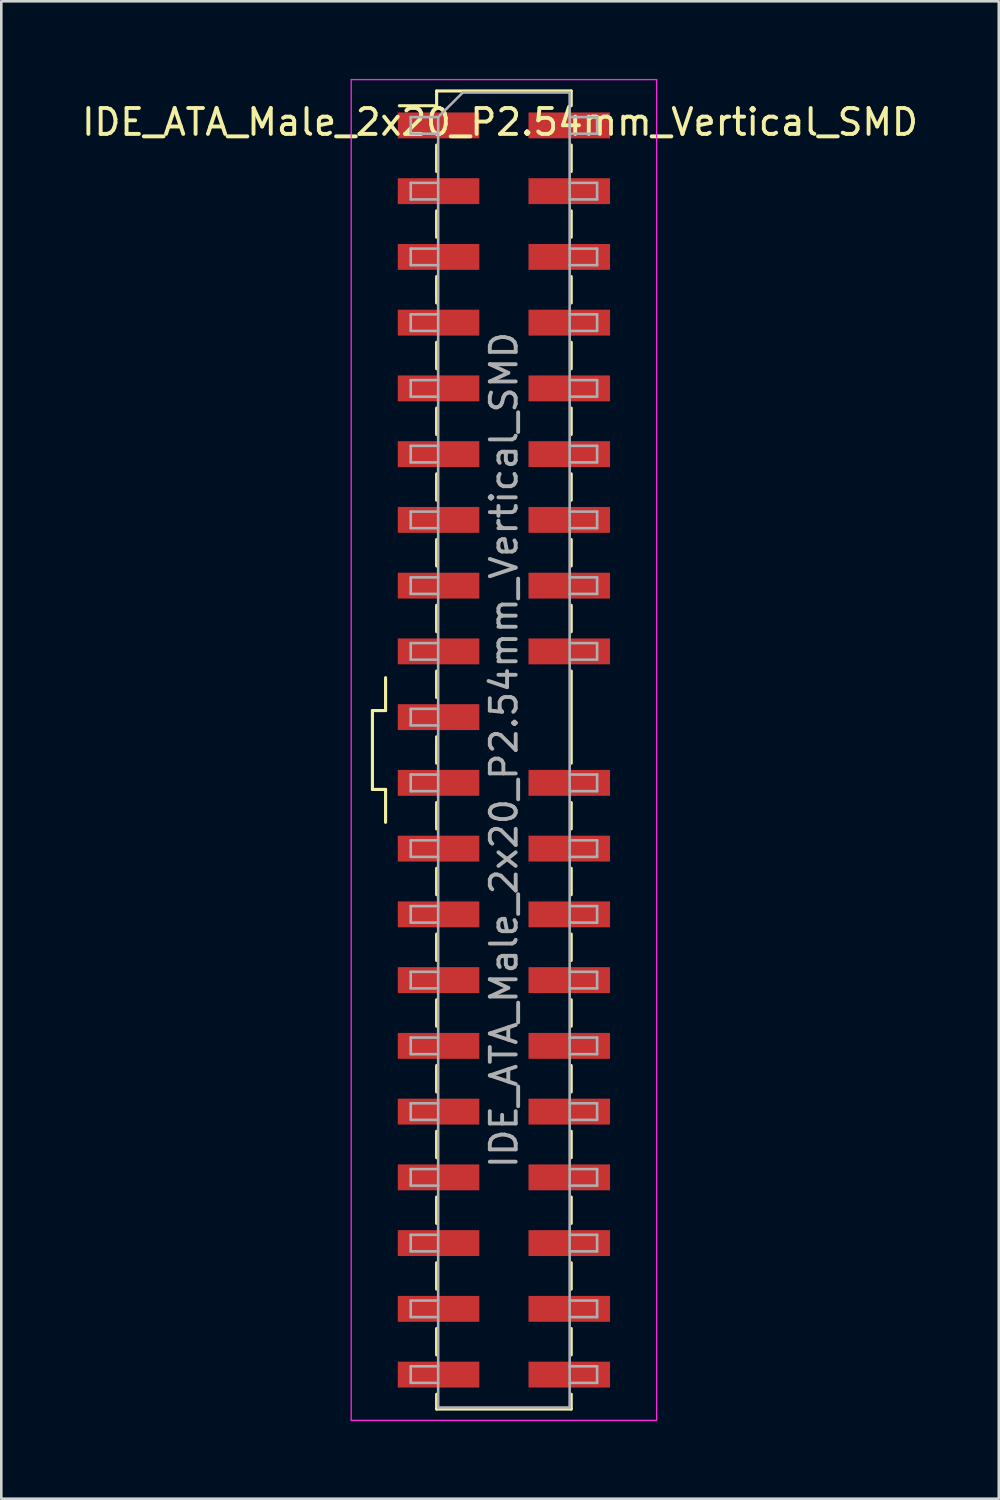
<source format=kicad_pcb>
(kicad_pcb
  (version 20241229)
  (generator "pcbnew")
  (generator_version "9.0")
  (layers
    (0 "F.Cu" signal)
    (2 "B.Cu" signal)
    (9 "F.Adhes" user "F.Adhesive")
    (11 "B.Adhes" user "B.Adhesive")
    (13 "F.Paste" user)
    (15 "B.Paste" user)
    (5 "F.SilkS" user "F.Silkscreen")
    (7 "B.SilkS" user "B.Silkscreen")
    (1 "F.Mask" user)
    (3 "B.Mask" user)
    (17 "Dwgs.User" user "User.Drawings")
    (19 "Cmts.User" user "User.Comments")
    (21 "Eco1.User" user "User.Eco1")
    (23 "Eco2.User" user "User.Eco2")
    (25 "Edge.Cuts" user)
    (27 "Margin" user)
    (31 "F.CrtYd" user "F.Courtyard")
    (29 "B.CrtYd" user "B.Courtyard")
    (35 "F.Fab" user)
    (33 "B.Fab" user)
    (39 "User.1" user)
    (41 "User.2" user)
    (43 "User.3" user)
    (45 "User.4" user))
  (footprint "IDE_ATA_Male_2x20_P2.54mm_Vertical_SMD"
    (layer "F.Cu")
    (at 16.418 25.925)
    (property "Reference" "IDE_ATA_Male_2x20_P2.54mm_Vertical_SMD" (at -0.15 -24.257 0) (layer "F.SilkS") (effects (font (size 1 1) (thickness 0.15))))
    (attr smd)
    (fp_line (start -5.08 -1.524) (end -5.08 1.524) (stroke (width 0.12) (type solid)) (layer "F.SilkS"))
    (fp_line (start -5.08 -1.524) (end -4.572 -1.524) (stroke (width 0.12) (type solid)) (layer "F.SilkS"))
    (fp_line (start -5.08 1.524) (end -4.572 1.524) (stroke (width 0.12) (type solid)) (layer "F.SilkS"))
    (fp_line (start -4.572 -2.794) (end -4.572 -1.524) (stroke (width 0.12) (type solid)) (layer "F.SilkS"))
    (fp_line (start -4.572 1.524) (end -4.572 2.794) (stroke (width 0.12) (type solid)) (layer "F.SilkS"))
    (fp_line (start -4.04 -24.89) (end -2.6 -24.89) (stroke (width 0.12) (type solid)) (layer "F.SilkS"))
    (fp_line (start -2.6 -25.46) (end -2.6 -24.89) (stroke (width 0.12) (type solid)) (layer "F.SilkS"))
    (fp_line (start -2.6 -25.46) (end 2.6 -25.46) (stroke (width 0.12) (type solid)) (layer "F.SilkS"))
    (fp_line (start -2.6 -23.37) (end -2.6 -22.35) (stroke (width 0.12) (type solid)) (layer "F.SilkS"))
    (fp_line (start -2.6 -20.83) (end -2.6 -19.81) (stroke (width 0.12) (type solid)) (layer "F.SilkS"))
    (fp_line (start -2.6 -18.29) (end -2.6 -17.27) (stroke (width 0.12) (type solid)) (layer "F.SilkS"))
    (fp_line (start -2.6 -15.75) (end -2.6 -14.73) (stroke (width 0.12) (type solid)) (layer "F.SilkS"))
    (fp_line (start -2.6 -13.21) (end -2.6 -12.19) (stroke (width 0.12) (type solid)) (layer "F.SilkS"))
    (fp_line (start -2.6 -10.67) (end -2.6 -9.65) (stroke (width 0.12) (type solid)) (layer "F.SilkS"))
    (fp_line (start -2.6 -8.13) (end -2.6 -7.11) (stroke (width 0.12) (type solid)) (layer "F.SilkS"))
    (fp_line (start -2.6 -5.59) (end -2.6 -4.57) (stroke (width 0.12) (type solid)) (layer "F.SilkS"))
    (fp_line (start -2.6 -3.05) (end -2.6 -2.03) (stroke (width 0.12) (type solid)) (layer "F.SilkS"))
    (fp_line (start -2.6 -0.51) (end -2.6 0.51) (stroke (width 0.12) (type solid)) (layer "F.SilkS"))
    (fp_line (start -2.6 2.03) (end -2.6 3.05) (stroke (width 0.12) (type solid)) (layer "F.SilkS"))
    (fp_line (start -2.6 4.57) (end -2.6 5.59) (stroke (width 0.12) (type solid)) (layer "F.SilkS"))
    (fp_line (start -2.6 7.11) (end -2.6 8.13) (stroke (width 0.12) (type solid)) (layer "F.SilkS"))
    (fp_line (start -2.6 9.65) (end -2.6 10.67) (stroke (width 0.12) (type solid)) (layer "F.SilkS"))
    (fp_line (start -2.6 12.19) (end -2.6 13.21) (stroke (width 0.12) (type solid)) (layer "F.SilkS"))
    (fp_line (start -2.6 14.73) (end -2.6 15.75) (stroke (width 0.12) (type solid)) (layer "F.SilkS"))
    (fp_line (start -2.6 17.27) (end -2.6 18.29) (stroke (width 0.12) (type solid)) (layer "F.SilkS"))
    (fp_line (start -2.6 19.81) (end -2.6 20.83) (stroke (width 0.12) (type solid)) (layer "F.SilkS"))
    (fp_line (start -2.6 22.35) (end -2.6 23.37) (stroke (width 0.12) (type solid)) (layer "F.SilkS"))
    (fp_line (start -2.6 24.89) (end -2.6 25.46) (stroke (width 0.12) (type solid)) (layer "F.SilkS"))
    (fp_line (start -2.6 25.46) (end 2.6 25.46) (stroke (width 0.12) (type solid)) (layer "F.SilkS"))
    (fp_line (start 2.6 -25.46) (end 2.6 -24.89) (stroke (width 0.12) (type solid)) (layer "F.SilkS"))
    (fp_line (start 2.6 -23.37) (end 2.6 -22.35) (stroke (width 0.12) (type solid)) (layer "F.SilkS"))
    (fp_line (start 2.6 -20.83) (end 2.6 -19.81) (stroke (width 0.12) (type solid)) (layer "F.SilkS"))
    (fp_line (start 2.6 -18.29) (end 2.6 -17.27) (stroke (width 0.12) (type solid)) (layer "F.SilkS"))
    (fp_line (start 2.6 -15.75) (end 2.6 -14.73) (stroke (width 0.12) (type solid)) (layer "F.SilkS"))
    (fp_line (start 2.6 -13.21) (end 2.6 -12.19) (stroke (width 0.12) (type solid)) (layer "F.SilkS"))
    (fp_line (start 2.6 -10.67) (end 2.6 -9.65) (stroke (width 0.12) (type solid)) (layer "F.SilkS"))
    (fp_line (start 2.6 -8.13) (end 2.6 -7.11) (stroke (width 0.12) (type solid)) (layer "F.SilkS"))
    (fp_line (start 2.6 -5.59) (end 2.6 -4.57) (stroke (width 0.12) (type solid)) (layer "F.SilkS"))
    (fp_line (start 2.6 -3.05) (end 2.6 0.51) (stroke (width 0.12) (type solid)) (layer "F.SilkS"))
    (fp_line (start 2.6 2.03) (end 2.6 3.05) (stroke (width 0.12) (type solid)) (layer "F.SilkS"))
    (fp_line (start 2.6 4.57) (end 2.6 5.59) (stroke (width 0.12) (type solid)) (layer "F.SilkS"))
    (fp_line (start 2.6 7.11) (end 2.6 8.13) (stroke (width 0.12) (type solid)) (layer "F.SilkS"))
    (fp_line (start 2.6 9.65) (end 2.6 10.67) (stroke (width 0.12) (type solid)) (layer "F.SilkS"))
    (fp_line (start 2.6 12.19) (end 2.6 13.21) (stroke (width 0.12) (type solid)) (layer "F.SilkS"))
    (fp_line (start 2.6 14.73) (end 2.6 15.75) (stroke (width 0.12) (type solid)) (layer "F.SilkS"))
    (fp_line (start 2.6 17.27) (end 2.6 18.29) (stroke (width 0.12) (type solid)) (layer "F.SilkS"))
    (fp_line (start 2.6 19.81) (end 2.6 20.83) (stroke (width 0.12) (type solid)) (layer "F.SilkS"))
    (fp_line (start 2.6 22.35) (end 2.6 23.37) (stroke (width 0.12) (type solid)) (layer "F.SilkS"))
    (fp_line (start 2.6 24.89) (end 2.6 25.46) (stroke (width 0.12) (type solid)) (layer "F.SilkS"))
    (fp_line (start -5.9 -25.9) (end -5.9 25.9) (stroke (width 0.05) (type solid)) (layer "F.CrtYd"))
    (fp_line (start -5.9 25.9) (end 5.9 25.9) (stroke (width 0.05) (type solid)) (layer "F.CrtYd"))
    (fp_line (start 5.9 -25.9) (end -5.9 -25.9) (stroke (width 0.05) (type solid)) (layer "F.CrtYd"))
    (fp_line (start 5.9 25.9) (end 5.9 -25.9) (stroke (width 0.05) (type solid)) (layer "F.CrtYd"))
    (fp_line (start -3.6 -24.45) (end -3.6 -23.81) (stroke (width 0.1) (type solid)) (layer "F.Fab"))
    (fp_line (start -3.6 -23.81) (end -2.54 -23.81) (stroke (width 0.1) (type solid)) (layer "F.Fab"))
    (fp_line (start -3.6 -21.91) (end -3.6 -21.27) (stroke (width 0.1) (type solid)) (layer "F.Fab"))
    (fp_line (start -3.6 -21.27) (end -2.54 -21.27) (stroke (width 0.1) (type solid)) (layer "F.Fab"))
    (fp_line (start -3.6 -19.37) (end -3.6 -18.73) (stroke (width 0.1) (type solid)) (layer "F.Fab"))
    (fp_line (start -3.6 -18.73) (end -2.54 -18.73) (stroke (width 0.1) (type solid)) (layer "F.Fab"))
    (fp_line (start -3.6 -16.83) (end -3.6 -16.19) (stroke (width 0.1) (type solid)) (layer "F.Fab"))
    (fp_line (start -3.6 -16.19) (end -2.54 -16.19) (stroke (width 0.1) (type solid)) (layer "F.Fab"))
    (fp_line (start -3.6 -14.29) (end -3.6 -13.65) (stroke (width 0.1) (type solid)) (layer "F.Fab"))
    (fp_line (start -3.6 -13.65) (end -2.54 -13.65) (stroke (width 0.1) (type solid)) (layer "F.Fab"))
    (fp_line (start -3.6 -11.75) (end -3.6 -11.11) (stroke (width 0.1) (type solid)) (layer "F.Fab"))
    (fp_line (start -3.6 -11.11) (end -2.54 -11.11) (stroke (width 0.1) (type solid)) (layer "F.Fab"))
    (fp_line (start -3.6 -9.21) (end -3.6 -8.57) (stroke (width 0.1) (type solid)) (layer "F.Fab"))
    (fp_line (start -3.6 -8.57) (end -2.54 -8.57) (stroke (width 0.1) (type solid)) (layer "F.Fab"))
    (fp_line (start -3.6 -6.67) (end -3.6 -6.03) (stroke (width 0.1) (type solid)) (layer "F.Fab"))
    (fp_line (start -3.6 -6.03) (end -2.54 -6.03) (stroke (width 0.1) (type solid)) (layer "F.Fab"))
    (fp_line (start -3.6 -4.13) (end -3.6 -3.49) (stroke (width 0.1) (type solid)) (layer "F.Fab"))
    (fp_line (start -3.6 -3.49) (end -2.54 -3.49) (stroke (width 0.1) (type solid)) (layer "F.Fab"))
    (fp_line (start -3.6 -1.59) (end -3.6 -0.95) (stroke (width 0.1) (type solid)) (layer "F.Fab"))
    (fp_line (start -3.6 -0.95) (end -2.54 -0.95) (stroke (width 0.1) (type solid)) (layer "F.Fab"))
    (fp_line (start -3.6 0.95) (end -3.6 1.59) (stroke (width 0.1) (type solid)) (layer "F.Fab"))
    (fp_line (start -3.6 1.59) (end -2.54 1.59) (stroke (width 0.1) (type solid)) (layer "F.Fab"))
    (fp_line (start -3.6 3.49) (end -3.6 4.13) (stroke (width 0.1) (type solid)) (layer "F.Fab"))
    (fp_line (start -3.6 4.13) (end -2.54 4.13) (stroke (width 0.1) (type solid)) (layer "F.Fab"))
    (fp_line (start -3.6 6.03) (end -3.6 6.67) (stroke (width 0.1) (type solid)) (layer "F.Fab"))
    (fp_line (start -3.6 6.67) (end -2.54 6.67) (stroke (width 0.1) (type solid)) (layer "F.Fab"))
    (fp_line (start -3.6 8.57) (end -3.6 9.21) (stroke (width 0.1) (type solid)) (layer "F.Fab"))
    (fp_line (start -3.6 9.21) (end -2.54 9.21) (stroke (width 0.1) (type solid)) (layer "F.Fab"))
    (fp_line (start -3.6 11.11) (end -3.6 11.75) (stroke (width 0.1) (type solid)) (layer "F.Fab"))
    (fp_line (start -3.6 11.75) (end -2.54 11.75) (stroke (width 0.1) (type solid)) (layer "F.Fab"))
    (fp_line (start -3.6 13.65) (end -3.6 14.29) (stroke (width 0.1) (type solid)) (layer "F.Fab"))
    (fp_line (start -3.6 14.29) (end -2.54 14.29) (stroke (width 0.1) (type solid)) (layer "F.Fab"))
    (fp_line (start -3.6 16.19) (end -3.6 16.83) (stroke (width 0.1) (type solid)) (layer "F.Fab"))
    (fp_line (start -3.6 16.83) (end -2.54 16.83) (stroke (width 0.1) (type solid)) (layer "F.Fab"))
    (fp_line (start -3.6 18.73) (end -3.6 19.37) (stroke (width 0.1) (type solid)) (layer "F.Fab"))
    (fp_line (start -3.6 19.37) (end -2.54 19.37) (stroke (width 0.1) (type solid)) (layer "F.Fab"))
    (fp_line (start -3.6 21.27) (end -3.6 21.91) (stroke (width 0.1) (type solid)) (layer "F.Fab"))
    (fp_line (start -3.6 21.91) (end -2.54 21.91) (stroke (width 0.1) (type solid)) (layer "F.Fab"))
    (fp_line (start -3.6 23.81) (end -3.6 24.45) (stroke (width 0.1) (type solid)) (layer "F.Fab"))
    (fp_line (start -3.6 24.45) (end -2.54 24.45) (stroke (width 0.1) (type solid)) (layer "F.Fab"))
    (fp_line (start -2.54 -24.45) (end -3.6 -24.45) (stroke (width 0.1) (type solid)) (layer "F.Fab"))
    (fp_line (start -2.54 -24.45) (end -1.59 -25.4) (stroke (width 0.1) (type solid)) (layer "F.Fab"))
    (fp_line (start -2.54 -21.91) (end -3.6 -21.91) (stroke (width 0.1) (type solid)) (layer "F.Fab"))
    (fp_line (start -2.54 -19.37) (end -3.6 -19.37) (stroke (width 0.1) (type solid)) (layer "F.Fab"))
    (fp_line (start -2.54 -16.83) (end -3.6 -16.83) (stroke (width 0.1) (type solid)) (layer "F.Fab"))
    (fp_line (start -2.54 -14.29) (end -3.6 -14.29) (stroke (width 0.1) (type solid)) (layer "F.Fab"))
    (fp_line (start -2.54 -11.75) (end -3.6 -11.75) (stroke (width 0.1) (type solid)) (layer "F.Fab"))
    (fp_line (start -2.54 -9.21) (end -3.6 -9.21) (stroke (width 0.1) (type solid)) (layer "F.Fab"))
    (fp_line (start -2.54 -6.67) (end -3.6 -6.67) (stroke (width 0.1) (type solid)) (layer "F.Fab"))
    (fp_line (start -2.54 -4.13) (end -3.6 -4.13) (stroke (width 0.1) (type solid)) (layer "F.Fab"))
    (fp_line (start -2.54 -1.59) (end -3.6 -1.59) (stroke (width 0.1) (type solid)) (layer "F.Fab"))
    (fp_line (start -2.54 0.95) (end -3.6 0.95) (stroke (width 0.1) (type solid)) (layer "F.Fab"))
    (fp_line (start -2.54 3.49) (end -3.6 3.49) (stroke (width 0.1) (type solid)) (layer "F.Fab"))
    (fp_line (start -2.54 6.03) (end -3.6 6.03) (stroke (width 0.1) (type solid)) (layer "F.Fab"))
    (fp_line (start -2.54 8.57) (end -3.6 8.57) (stroke (width 0.1) (type solid)) (layer "F.Fab"))
    (fp_line (start -2.54 11.11) (end -3.6 11.11) (stroke (width 0.1) (type solid)) (layer "F.Fab"))
    (fp_line (start -2.54 13.65) (end -3.6 13.65) (stroke (width 0.1) (type solid)) (layer "F.Fab"))
    (fp_line (start -2.54 16.19) (end -3.6 16.19) (stroke (width 0.1) (type solid)) (layer "F.Fab"))
    (fp_line (start -2.54 18.73) (end -3.6 18.73) (stroke (width 0.1) (type solid)) (layer "F.Fab"))
    (fp_line (start -2.54 21.27) (end -3.6 21.27) (stroke (width 0.1) (type solid)) (layer "F.Fab"))
    (fp_line (start -2.54 23.81) (end -3.6 23.81) (stroke (width 0.1) (type solid)) (layer "F.Fab"))
    (fp_line (start -2.54 25.4) (end -2.54 -24.45) (stroke (width 0.1) (type solid)) (layer "F.Fab"))
    (fp_line (start -1.59 -25.4) (end 2.54 -25.4) (stroke (width 0.1) (type solid)) (layer "F.Fab"))
    (fp_line (start 2.54 -25.4) (end 2.54 25.4) (stroke (width 0.1) (type solid)) (layer "F.Fab"))
    (fp_line (start 2.54 -24.45) (end 3.6 -24.45) (stroke (width 0.1) (type solid)) (layer "F.Fab"))
    (fp_line (start 2.54 -21.91) (end 3.6 -21.91) (stroke (width 0.1) (type solid)) (layer "F.Fab"))
    (fp_line (start 2.54 -19.37) (end 3.6 -19.37) (stroke (width 0.1) (type solid)) (layer "F.Fab"))
    (fp_line (start 2.54 -16.83) (end 3.6 -16.83) (stroke (width 0.1) (type solid)) (layer "F.Fab"))
    (fp_line (start 2.54 -14.29) (end 3.6 -14.29) (stroke (width 0.1) (type solid)) (layer "F.Fab"))
    (fp_line (start 2.54 -11.75) (end 3.6 -11.75) (stroke (width 0.1) (type solid)) (layer "F.Fab"))
    (fp_line (start 2.54 -9.21) (end 3.6 -9.21) (stroke (width 0.1) (type solid)) (layer "F.Fab"))
    (fp_line (start 2.54 -6.67) (end 3.6 -6.67) (stroke (width 0.1) (type solid)) (layer "F.Fab"))
    (fp_line (start 2.54 -4.13) (end 3.6 -4.13) (stroke (width 0.1) (type solid)) (layer "F.Fab"))
    (fp_line (start 2.54 0.95) (end 3.6 0.95) (stroke (width 0.1) (type solid)) (layer "F.Fab"))
    (fp_line (start 2.54 3.49) (end 3.6 3.49) (stroke (width 0.1) (type solid)) (layer "F.Fab"))
    (fp_line (start 2.54 6.03) (end 3.6 6.03) (stroke (width 0.1) (type solid)) (layer "F.Fab"))
    (fp_line (start 2.54 8.57) (end 3.6 8.57) (stroke (width 0.1) (type solid)) (layer "F.Fab"))
    (fp_line (start 2.54 11.11) (end 3.6 11.11) (stroke (width 0.1) (type solid)) (layer "F.Fab"))
    (fp_line (start 2.54 13.65) (end 3.6 13.65) (stroke (width 0.1) (type solid)) (layer "F.Fab"))
    (fp_line (start 2.54 16.19) (end 3.6 16.19) (stroke (width 0.1) (type solid)) (layer "F.Fab"))
    (fp_line (start 2.54 18.73) (end 3.6 18.73) (stroke (width 0.1) (type solid)) (layer "F.Fab"))
    (fp_line (start 2.54 21.27) (end 3.6 21.27) (stroke (width 0.1) (type solid)) (layer "F.Fab"))
    (fp_line (start 2.54 23.81) (end 3.6 23.81) (stroke (width 0.1) (type solid)) (layer "F.Fab"))
    (fp_line (start 2.54 25.4) (end -2.54 25.4) (stroke (width 0.1) (type solid)) (layer "F.Fab"))
    (fp_line (start 3.6 -24.45) (end 3.6 -23.81) (stroke (width 0.1) (type solid)) (layer "F.Fab"))
    (fp_line (start 3.6 -23.81) (end 2.54 -23.81) (stroke (width 0.1) (type solid)) (layer "F.Fab"))
    (fp_line (start 3.6 -21.91) (end 3.6 -21.27) (stroke (width 0.1) (type solid)) (layer "F.Fab"))
    (fp_line (start 3.6 -21.27) (end 2.54 -21.27) (stroke (width 0.1) (type solid)) (layer "F.Fab"))
    (fp_line (start 3.6 -19.37) (end 3.6 -18.73) (stroke (width 0.1) (type solid)) (layer "F.Fab"))
    (fp_line (start 3.6 -18.73) (end 2.54 -18.73) (stroke (width 0.1) (type solid)) (layer "F.Fab"))
    (fp_line (start 3.6 -16.83) (end 3.6 -16.19) (stroke (width 0.1) (type solid)) (layer "F.Fab"))
    (fp_line (start 3.6 -16.19) (end 2.54 -16.19) (stroke (width 0.1) (type solid)) (layer "F.Fab"))
    (fp_line (start 3.6 -14.29) (end 3.6 -13.65) (stroke (width 0.1) (type solid)) (layer "F.Fab"))
    (fp_line (start 3.6 -13.65) (end 2.54 -13.65) (stroke (width 0.1) (type solid)) (layer "F.Fab"))
    (fp_line (start 3.6 -11.75) (end 3.6 -11.11) (stroke (width 0.1) (type solid)) (layer "F.Fab"))
    (fp_line (start 3.6 -11.11) (end 2.54 -11.11) (stroke (width 0.1) (type solid)) (layer "F.Fab"))
    (fp_line (start 3.6 -9.21) (end 3.6 -8.57) (stroke (width 0.1) (type solid)) (layer "F.Fab"))
    (fp_line (start 3.6 -8.57) (end 2.54 -8.57) (stroke (width 0.1) (type solid)) (layer "F.Fab"))
    (fp_line (start 3.6 -6.67) (end 3.6 -6.03) (stroke (width 0.1) (type solid)) (layer "F.Fab"))
    (fp_line (start 3.6 -6.03) (end 2.54 -6.03) (stroke (width 0.1) (type solid)) (layer "F.Fab"))
    (fp_line (start 3.6 -4.13) (end 3.6 -3.49) (stroke (width 0.1) (type solid)) (layer "F.Fab"))
    (fp_line (start 3.6 -3.49) (end 2.54 -3.49) (stroke (width 0.1) (type solid)) (layer "F.Fab"))
    (fp_line (start 3.6 0.95) (end 3.6 1.59) (stroke (width 0.1) (type solid)) (layer "F.Fab"))
    (fp_line (start 3.6 1.59) (end 2.54 1.59) (stroke (width 0.1) (type solid)) (layer "F.Fab"))
    (fp_line (start 3.6 3.49) (end 3.6 4.13) (stroke (width 0.1) (type solid)) (layer "F.Fab"))
    (fp_line (start 3.6 4.13) (end 2.54 4.13) (stroke (width 0.1) (type solid)) (layer "F.Fab"))
    (fp_line (start 3.6 6.03) (end 3.6 6.67) (stroke (width 0.1) (type solid)) (layer "F.Fab"))
    (fp_line (start 3.6 6.67) (end 2.54 6.67) (stroke (width 0.1) (type solid)) (layer "F.Fab"))
    (fp_line (start 3.6 8.57) (end 3.6 9.21) (stroke (width 0.1) (type solid)) (layer "F.Fab"))
    (fp_line (start 3.6 9.21) (end 2.54 9.21) (stroke (width 0.1) (type solid)) (layer "F.Fab"))
    (fp_line (start 3.6 11.11) (end 3.6 11.75) (stroke (width 0.1) (type solid)) (layer "F.Fab"))
    (fp_line (start 3.6 11.75) (end 2.54 11.75) (stroke (width 0.1) (type solid)) (layer "F.Fab"))
    (fp_line (start 3.6 13.65) (end 3.6 14.29) (stroke (width 0.1) (type solid)) (layer "F.Fab"))
    (fp_line (start 3.6 14.29) (end 2.54 14.29) (stroke (width 0.1) (type solid)) (layer "F.Fab"))
    (fp_line (start 3.6 16.19) (end 3.6 16.83) (stroke (width 0.1) (type solid)) (layer "F.Fab"))
    (fp_line (start 3.6 16.83) (end 2.54 16.83) (stroke (width 0.1) (type solid)) (layer "F.Fab"))
    (fp_line (start 3.6 18.73) (end 3.6 19.37) (stroke (width 0.1) (type solid)) (layer "F.Fab"))
    (fp_line (start 3.6 19.37) (end 2.54 19.37) (stroke (width 0.1) (type solid)) (layer "F.Fab"))
    (fp_line (start 3.6 21.27) (end 3.6 21.91) (stroke (width 0.1) (type solid)) (layer "F.Fab"))
    (fp_line (start 3.6 21.91) (end 2.54 21.91) (stroke (width 0.1) (type solid)) (layer "F.Fab"))
    (fp_line (start 3.6 23.81) (end 3.6 24.45) (stroke (width 0.1) (type solid)) (layer "F.Fab"))
    (fp_line (start 3.6 24.45) (end 2.54 24.45) (stroke (width 0.1) (type solid)) (layer "F.Fab"))
    (fp_text user "${REFERENCE}" (at 0 0 90) (layer "F.Fab") (effects (font (size 1 1) (thickness 0.15))))
    (pad "1" smd rect (at -2.525 -24.13) (size 3.15 1) (layers "F.Cu" "F.Mask" "F.Paste"))
    (pad "2" smd rect (at 2.525 -24.13) (size 3.15 1) (layers "F.Cu" "F.Mask" "F.Paste"))
    (pad "3" smd rect (at -2.525 -21.59) (size 3.15 1) (layers "F.Cu" "F.Mask" "F.Paste"))
    (pad "4" smd rect (at 2.525 -21.59) (size 3.15 1) (layers "F.Cu" "F.Mask" "F.Paste"))
    (pad "5" smd rect (at -2.525 -19.05) (size 3.15 1) (layers "F.Cu" "F.Mask" "F.Paste"))
    (pad "6" smd rect (at 2.525 -19.05) (size 3.15 1) (layers "F.Cu" "F.Mask" "F.Paste"))
    (pad "7" smd rect (at -2.525 -16.51) (size 3.15 1) (layers "F.Cu" "F.Mask" "F.Paste"))
    (pad "8" smd rect (at 2.525 -16.51) (size 3.15 1) (layers "F.Cu" "F.Mask" "F.Paste"))
    (pad "9" smd rect (at -2.525 -13.97) (size 3.15 1) (layers "F.Cu" "F.Mask" "F.Paste"))
    (pad "10" smd rect (at 2.525 -13.97) (size 3.15 1) (layers "F.Cu" "F.Mask" "F.Paste"))
    (pad "11" smd rect (at -2.525 -11.43) (size 3.15 1) (layers "F.Cu" "F.Mask" "F.Paste"))
    (pad "12" smd rect (at 2.525 -11.43) (size 3.15 1) (layers "F.Cu" "F.Mask" "F.Paste"))
    (pad "13" smd rect (at -2.525 -8.89) (size 3.15 1) (layers "F.Cu" "F.Mask" "F.Paste"))
    (pad "14" smd rect (at 2.525 -8.89) (size 3.15 1) (layers "F.Cu" "F.Mask" "F.Paste"))
    (pad "15" smd rect (at -2.525 -6.35) (size 3.15 1) (layers "F.Cu" "F.Mask" "F.Paste"))
    (pad "16" smd rect (at 2.525 -6.35) (size 3.15 1) (layers "F.Cu" "F.Mask" "F.Paste"))
    (pad "17" smd rect (at -2.525 -3.81) (size 3.15 1) (layers "F.Cu" "F.Mask" "F.Paste"))
    (pad "18" smd rect (at 2.525 -3.81) (size 3.15 1) (layers "F.Cu" "F.Mask" "F.Paste"))
    (pad "19" smd rect (at -2.525 -1.27) (size 3.15 1) (layers "F.Cu" "F.Mask" "F.Paste"))
    (pad "21" smd rect (at -2.525 1.27) (size 3.15 1) (layers "F.Cu" "F.Mask" "F.Paste"))
    (pad "22" smd rect (at 2.525 1.27) (size 3.15 1) (layers "F.Cu" "F.Mask" "F.Paste"))
    (pad "23" smd rect (at -2.525 3.81) (size 3.15 1) (layers "F.Cu" "F.Mask" "F.Paste"))
    (pad "24" smd rect (at 2.525 3.81) (size 3.15 1) (layers "F.Cu" "F.Mask" "F.Paste"))
    (pad "25" smd rect (at -2.525 6.35) (size 3.15 1) (layers "F.Cu" "F.Mask" "F.Paste"))
    (pad "26" smd rect (at 2.525 6.35) (size 3.15 1) (layers "F.Cu" "F.Mask" "F.Paste"))
    (pad "27" smd rect (at -2.525 8.89) (size 3.15 1) (layers "F.Cu" "F.Mask" "F.Paste"))
    (pad "28" smd rect (at 2.525 8.89) (size 3.15 1) (layers "F.Cu" "F.Mask" "F.Paste"))
    (pad "29" smd rect (at -2.525 11.43) (size 3.15 1) (layers "F.Cu" "F.Mask" "F.Paste"))
    (pad "30" smd rect (at 2.525 11.43) (size 3.15 1) (layers "F.Cu" "F.Mask" "F.Paste"))
    (pad "31" smd rect (at -2.525 13.97) (size 3.15 1) (layers "F.Cu" "F.Mask" "F.Paste"))
    (pad "32" smd rect (at 2.525 13.97) (size 3.15 1) (layers "F.Cu" "F.Mask" "F.Paste"))
    (pad "33" smd rect (at -2.525 16.51) (size 3.15 1) (layers "F.Cu" "F.Mask" "F.Paste"))
    (pad "34" smd rect (at 2.525 16.51) (size 3.15 1) (layers "F.Cu" "F.Mask" "F.Paste"))
    (pad "35" smd rect (at -2.525 19.05) (size 3.15 1) (layers "F.Cu" "F.Mask" "F.Paste"))
    (pad "36" smd rect (at 2.525 19.05) (size 3.15 1) (layers "F.Cu" "F.Mask" "F.Paste"))
    (pad "37" smd rect (at -2.525 21.59) (size 3.15 1) (layers "F.Cu" "F.Mask" "F.Paste"))
    (pad "38" smd rect (at 2.525 21.59) (size 3.15 1) (layers "F.Cu" "F.Mask" "F.Paste"))
    (pad "39" smd rect (at -2.525 24.13) (size 3.15 1) (layers "F.Cu" "F.Mask" "F.Paste"))
    (pad "40" smd rect (at 2.525 24.13) (size 3.15 1) (layers "F.Cu" "F.Mask" "F.Paste")))
  (gr_rect
    (start -3 -3)
    (end 35.536 54.85)
    (stroke (width 0.1) (type default))
    (fill no)
    (layer "Edge.Cuts")))
</source>
